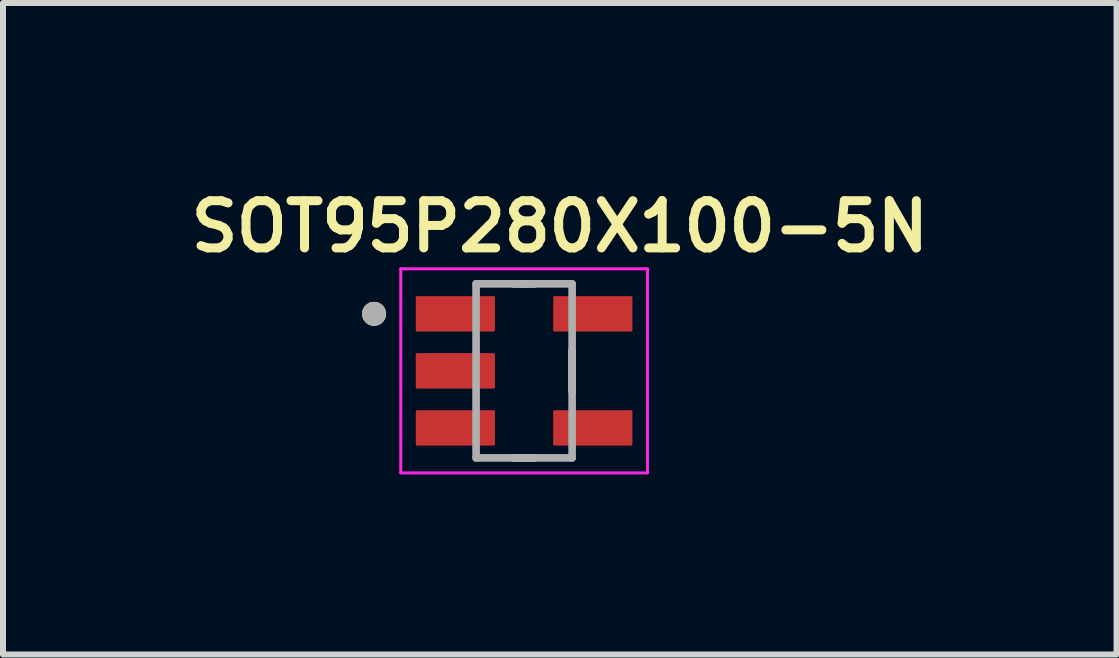
<source format=kicad_pcb>
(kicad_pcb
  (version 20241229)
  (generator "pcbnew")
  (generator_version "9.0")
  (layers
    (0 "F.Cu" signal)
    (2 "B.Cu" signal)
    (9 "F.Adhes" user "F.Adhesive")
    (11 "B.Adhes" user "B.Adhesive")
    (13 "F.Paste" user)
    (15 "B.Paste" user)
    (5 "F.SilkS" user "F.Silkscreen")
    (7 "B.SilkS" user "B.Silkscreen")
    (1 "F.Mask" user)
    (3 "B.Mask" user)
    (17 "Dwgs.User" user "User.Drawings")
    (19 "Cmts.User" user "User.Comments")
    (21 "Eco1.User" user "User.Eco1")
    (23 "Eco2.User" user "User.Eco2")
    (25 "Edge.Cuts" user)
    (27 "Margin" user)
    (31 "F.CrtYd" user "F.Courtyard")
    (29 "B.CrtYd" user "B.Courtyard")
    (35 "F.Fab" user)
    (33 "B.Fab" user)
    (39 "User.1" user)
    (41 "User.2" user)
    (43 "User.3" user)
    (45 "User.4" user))
  (footprint "SOT95P280X100-5N"
    (layer "F.Cu")
    (at 5.682 3.129)
    (property "Reference" "SOT95P280X100-5N" (at 0.595 -2.405 0) (layer "F.SilkS") (effects (font (size 0.787 0.787) (thickness 0.15))))
    (attr smd)
    (fp_line (start -0.17 -1.45) (end 0.17 -1.45) (stroke (width 0.127) (type solid)) (layer "F.SilkS"))
    (fp_line (start -0.17 1.45) (end 0.17 1.45) (stroke (width 0.127) (type solid)) (layer "F.SilkS"))
    (fp_line (start 0.8 -0.34) (end 0.8 0.34) (stroke (width 0.127) (type solid)) (layer "F.SilkS"))
    (fp_circle (center -2.5 -0.95) (end -2.4 -0.95) (stroke (width 0.2) (type solid)) (fill no) (layer "F.SilkS"))
    (fp_line (start -2.055 -1.7) (end 2.055 -1.7) (stroke (width 0.05) (type solid)) (layer "F.CrtYd"))
    (fp_line (start -2.055 1.7) (end -2.055 -1.7) (stroke (width 0.05) (type solid)) (layer "F.CrtYd"))
    (fp_line (start 2.055 -1.7) (end 2.055 1.7) (stroke (width 0.05) (type solid)) (layer "F.CrtYd"))
    (fp_line (start 2.055 1.7) (end -2.055 1.7) (stroke (width 0.05) (type solid)) (layer "F.CrtYd"))
    (fp_line (start -0.8 -1.45) (end 0.8 -1.45) (stroke (width 0.127) (type solid)) (layer "F.Fab"))
    (fp_line (start -0.8 1.45) (end -0.8 -1.45) (stroke (width 0.127) (type solid)) (layer "F.Fab"))
    (fp_line (start 0.8 -1.45) (end 0.8 1.45) (stroke (width 0.127) (type solid)) (layer "F.Fab"))
    (fp_line (start 0.8 1.45) (end -0.8 1.45) (stroke (width 0.127) (type solid)) (layer "F.Fab"))
    (fp_circle (center -2.5 -0.95) (end -2.4 -0.95) (stroke (width 0.2) (type solid)) (fill no) (layer "F.Fab"))
    (pad "1" smd roundrect (at -1.145 -0.95) (size 1.32 0.59) (layers "F.Cu" "F.Mask" "F.Paste") (roundrect_rratio 0.04))
    (pad "2" smd roundrect (at -1.145 0) (size 1.32 0.59) (layers "F.Cu" "F.Mask" "F.Paste") (roundrect_rratio 0.04))
    (pad "3" smd roundrect (at -1.145 0.95) (size 1.32 0.59) (layers "F.Cu" "F.Mask" "F.Paste") (roundrect_rratio 0.04))
    (pad "4" smd roundrect (at 1.145 0.95) (size 1.32 0.59) (layers "F.Cu" "F.Mask" "F.Paste") (roundrect_rratio 0.04))
    (pad "5" smd roundrect (at 1.145 -0.95) (size 1.32 0.59) (layers "F.Cu" "F.Mask" "F.Paste") (roundrect_rratio 0.04)))
  (gr_rect
    (start -3 -3)
    (end 15.553 7.854)
    (stroke (width 0.1) (type default))
    (fill no)
    (layer "Edge.Cuts")))
</source>
